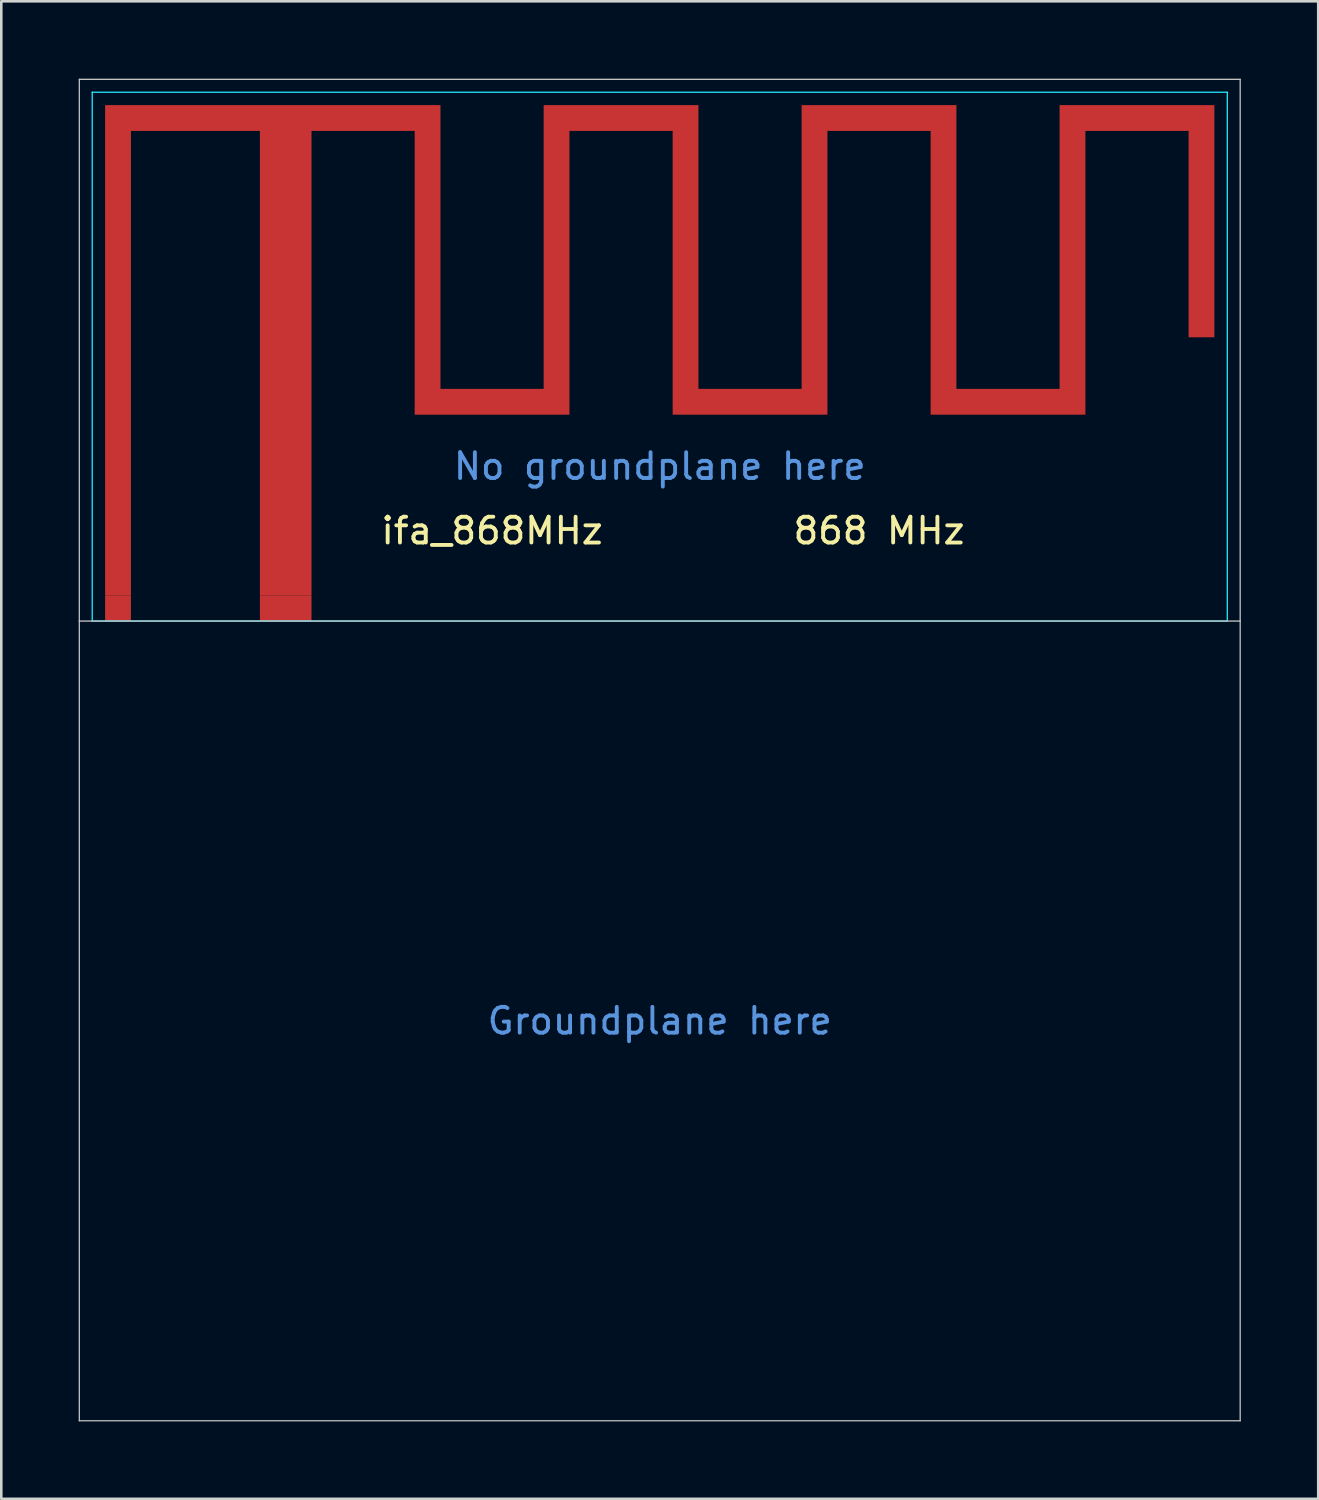
<source format=kicad_pcb>
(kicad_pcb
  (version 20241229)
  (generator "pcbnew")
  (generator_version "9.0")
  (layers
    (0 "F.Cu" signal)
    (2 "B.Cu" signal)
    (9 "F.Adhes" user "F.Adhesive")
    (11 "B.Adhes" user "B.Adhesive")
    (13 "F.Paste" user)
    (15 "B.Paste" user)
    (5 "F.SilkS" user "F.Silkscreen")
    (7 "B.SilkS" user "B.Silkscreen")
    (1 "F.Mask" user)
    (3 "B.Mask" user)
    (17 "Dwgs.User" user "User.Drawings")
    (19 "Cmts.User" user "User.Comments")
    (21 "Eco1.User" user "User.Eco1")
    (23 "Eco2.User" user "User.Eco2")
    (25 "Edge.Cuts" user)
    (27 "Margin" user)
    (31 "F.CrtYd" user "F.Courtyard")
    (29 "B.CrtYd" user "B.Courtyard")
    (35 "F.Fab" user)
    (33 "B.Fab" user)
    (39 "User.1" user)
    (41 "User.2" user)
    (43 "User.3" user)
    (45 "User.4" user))
  (footprint "ifa_868MHz"
    (layer "F.Cu")
    (at 22.525 11.025)
    (property "Reference" "ifa_868MHz" (at -6.5 6.5 0) (layer "F.SilkS") (effects (font (size 1 1) (thickness 0.15))))
    (attr through_hole)
    (fp_poly (pts (xy -8.5 1) (xy -4.5 1) (xy -4.5 -10) (xy 1.5 -10) (xy 1.5 1) (xy 5.5 1) (xy 5.5 -10) (xy 11.5 -10) (xy 11.5 1) (xy 15.5 1) (xy 15.5 -10) (xy 21.5 -10) (xy 21.5 -1) (xy 20.5 -1) (xy 20.5 -9) (xy 16.5 -9) (xy 16.5 2) (xy 10.5 2) (xy 10.5 -9) (xy 6.5 -9) (xy 6.5 2) (xy 0.5 2) (xy 0.5 -9) (xy -3.5 -9) (xy -3.5 2) (xy -9.5 2) (xy -9.5 -9) (xy -13.5 -9) (xy -13.5 9) (xy -15.5 9) (xy -15.5 -9) (xy -20.5 -9) (xy -20.5 9) (xy -21.5 9) (xy -21.5 -10) (xy -8.5 -10)) (stroke (width 0) (type solid)) (fill yes) (layer "F.Cu"))
    (fp_line (start -22.5 -11) (end -22.5 10) (stroke (width 0.05) (type solid)) (layer "Dwgs.User"))
    (fp_line (start -22.5 10) (end 22.5 10) (stroke (width 0.05) (type solid)) (layer "Dwgs.User"))
    (fp_line (start -22.5 41) (end -22.5 10) (stroke (width 0.05) (type solid)) (layer "Dwgs.User"))
    (fp_line (start 22.5 -11) (end -22.5 -11) (stroke (width 0.05) (type solid)) (layer "Dwgs.User"))
    (fp_line (start 22.5 10) (end 22.5 -11) (stroke (width 0.05) (type solid)) (layer "Dwgs.User"))
    (fp_line (start 22.5 10) (end 22.5 41) (stroke (width 0.05) (type solid)) (layer "Dwgs.User"))
    (fp_line (start 22.5 41) (end -22.5 41) (stroke (width 0.05) (type solid)) (layer "Dwgs.User"))
    (fp_line (start -22 -10.5) (end 22 -10.5) (stroke (width 0.05) (type solid)) (layer "B.CrtYd"))
    (fp_line (start -22 10) (end -22 -10.5) (stroke (width 0.05) (type solid)) (layer "B.CrtYd"))
    (fp_line (start 22 -10.5) (end 22 10) (stroke (width 0.05) (type solid)) (layer "B.CrtYd"))
    (fp_line (start 22 10) (end -22 10) (stroke (width 0.05) (type solid)) (layer "B.CrtYd"))
    (fp_text user "868 MHz" (at 8.5 6.5 0) (layer "F.SilkS") (effects (font (size 1 1) (thickness 0.15))))
    (fp_text user "No groundplane here" (at 0 4 0) (layer "Cmts.User") (effects (font (size 1 1) (thickness 0.15))))
    (fp_text user "Groundplane here" (at 0 25.5 0) (layer "Cmts.User") (effects (font (size 1 1) (thickness 0.15))))
    (pad "1" smd rect (at -14.5 9.5) (size 2 1) (layers "F.Cu"))
    (pad "2" smd rect (at -21 9.5) (size 1 1) (layers "F.Cu")))
  (gr_rect
    (start -3 -3)
    (end 48.05 55.05)
    (stroke (width 0.1) (type default))
    (fill no)
    (layer "Edge.Cuts")))
</source>
